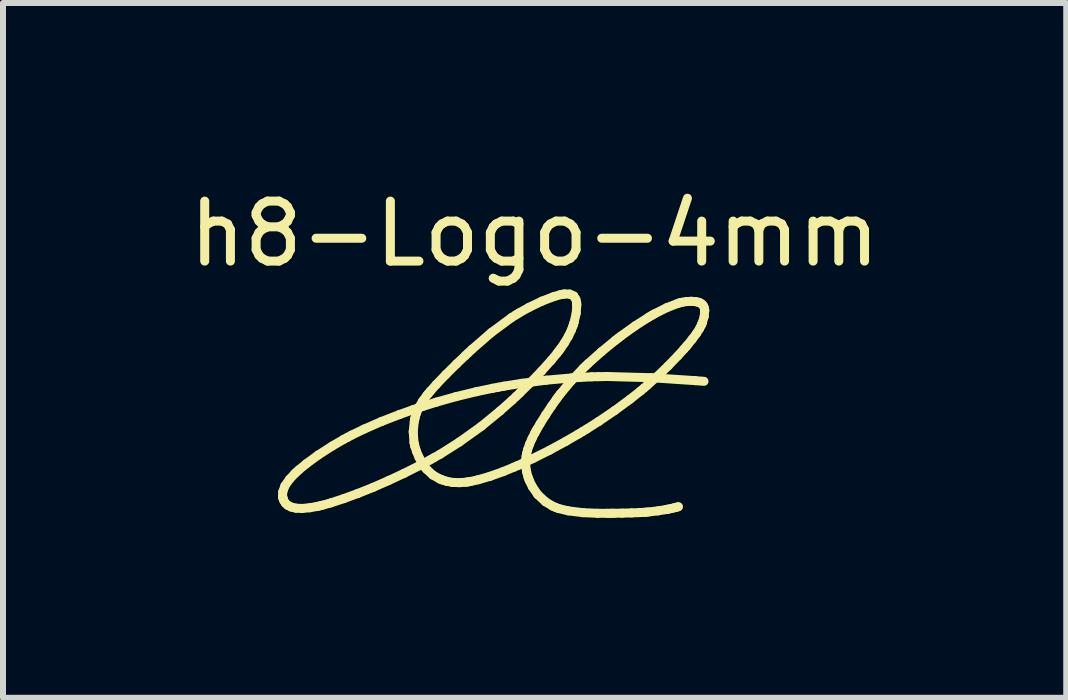
<source format=kicad_pcb>
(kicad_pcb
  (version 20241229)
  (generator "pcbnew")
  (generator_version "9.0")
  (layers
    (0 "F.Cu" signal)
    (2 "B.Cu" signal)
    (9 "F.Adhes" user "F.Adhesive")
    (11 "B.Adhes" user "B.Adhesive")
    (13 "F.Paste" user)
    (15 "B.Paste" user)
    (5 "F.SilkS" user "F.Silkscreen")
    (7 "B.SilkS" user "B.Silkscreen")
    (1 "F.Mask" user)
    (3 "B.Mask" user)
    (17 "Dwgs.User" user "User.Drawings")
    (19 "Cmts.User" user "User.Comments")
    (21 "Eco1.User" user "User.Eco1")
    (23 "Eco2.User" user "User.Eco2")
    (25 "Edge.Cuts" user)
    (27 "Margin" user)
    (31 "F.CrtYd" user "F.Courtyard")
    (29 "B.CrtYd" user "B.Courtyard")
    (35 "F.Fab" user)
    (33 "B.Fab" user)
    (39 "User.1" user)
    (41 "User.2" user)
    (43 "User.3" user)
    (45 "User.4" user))
  (footprint "h8-Logo-4mm"
    (layer "F.Cu")
    (at 5.863 3.848)
    (property "Reference" "h8-Logo-4mm" (at 0 -3 0) (layer "F.SilkS") (effects (font (size 1 1) (thickness 0.15))))
    (attr through_hole)
    (fp_line (start -4.202 1.375) (end -4.197 1.398) (stroke (width 0.15) (type solid)) (layer "F.SilkS"))
    (fp_line (start -4.199 1.303) (end -4.202 1.375) (stroke (width 0.15) (type solid)) (layer "F.SilkS"))
    (fp_line (start -4.197 1.398) (end -4.195 1.41) (stroke (width 0.15) (type solid)) (layer "F.SilkS"))
    (fp_line (start -4.195 1.41) (end -4.183 1.444) (stroke (width 0.15) (type solid)) (layer "F.SilkS"))
    (fp_line (start -4.183 1.444) (end -4.157 1.488) (stroke (width 0.15) (type solid)) (layer "F.SilkS"))
    (fp_line (start -4.163 1.202) (end -4.199 1.303) (stroke (width 0.15) (type solid)) (layer "F.SilkS"))
    (fp_line (start -4.157 1.488) (end -4.117 1.526) (stroke (width 0.15) (type solid)) (layer "F.SilkS"))
    (fp_line (start -4.117 1.526) (end -4.059 1.555) (stroke (width 0.15) (type solid)) (layer "F.SilkS"))
    (fp_line (start -4.087 1.093) (end -4.163 1.202) (stroke (width 0.15) (type solid)) (layer "F.SilkS"))
    (fp_line (start -4.059 1.555) (end -3.98 1.574) (stroke (width 0.15) (type solid)) (layer "F.SilkS"))
    (fp_line (start -4 1) (end -4.087 1.093) (stroke (width 0.15) (type solid)) (layer "F.SilkS"))
    (fp_line (start -3.98 1.574) (end -3.877 1.579) (stroke (width 0.15) (type solid)) (layer "F.SilkS"))
    (fp_line (start -3.969 0.971) (end -4 1) (stroke (width 0.15) (type solid)) (layer "F.SilkS"))
    (fp_line (start -3.93 0.935) (end -3.969 0.971) (stroke (width 0.15) (type solid)) (layer "F.SilkS"))
    (fp_line (start -3.877 1.579) (end -3.748 1.567) (stroke (width 0.15) (type solid)) (layer "F.SilkS"))
    (fp_line (start -3.807 0.834) (end -3.93 0.935) (stroke (width 0.15) (type solid)) (layer "F.SilkS"))
    (fp_line (start -3.748 1.567) (end -3.628 1.546) (stroke (width 0.15) (type solid)) (layer "F.SilkS"))
    (fp_line (start -3.628 1.546) (end -3.589 1.537) (stroke (width 0.15) (type solid)) (layer "F.SilkS"))
    (fp_line (start -3.606 0.687) (end -3.807 0.834) (stroke (width 0.15) (type solid)) (layer "F.SilkS"))
    (fp_line (start -3.589 1.537) (end -3.541 1.526) (stroke (width 0.15) (type solid)) (layer "F.SilkS"))
    (fp_line (start -3.541 1.526) (end -3.398 1.486) (stroke (width 0.15) (type solid)) (layer "F.SilkS"))
    (fp_line (start -3.398 1.486) (end -3.182 1.415) (stroke (width 0.15) (type solid)) (layer "F.SilkS"))
    (fp_line (start -3.374 0.538) (end -3.606 0.687) (stroke (width 0.15) (type solid)) (layer "F.SilkS"))
    (fp_line (start -3.182 0.426) (end -3.374 0.538) (stroke (width 0.15) (type solid)) (layer "F.SilkS"))
    (fp_line (start -3.182 1.415) (end -2.945 1.328) (stroke (width 0.15) (type solid)) (layer "F.SilkS"))
    (fp_line (start -3.117 0.392) (end -3.182 0.426) (stroke (width 0.15) (type solid)) (layer "F.SilkS"))
    (fp_line (start -3.05 0.356) (end -3.117 0.392) (stroke (width 0.15) (type solid)) (layer "F.SilkS"))
    (fp_line (start -2.945 1.328) (end -2.694 1.228) (stroke (width 0.15) (type solid)) (layer "F.SilkS"))
    (fp_line (start -2.843 0.256) (end -3.05 0.356) (stroke (width 0.15) (type solid)) (layer "F.SilkS"))
    (fp_line (start -2.694 1.228) (end -2.437 1.115) (stroke (width 0.15) (type solid)) (layer "F.SilkS"))
    (fp_line (start -2.555 0.13) (end -2.843 0.256) (stroke (width 0.15) (type solid)) (layer "F.SilkS"))
    (fp_line (start -2.437 1.115) (end -2.178 0.994) (stroke (width 0.15) (type solid)) (layer "F.SilkS"))
    (fp_line (start -2.256 0.014) (end -2.555 0.13) (stroke (width 0.15) (type solid)) (layer "F.SilkS"))
    (fp_line (start -2.178 0.994) (end -1.925 0.867) (stroke (width 0.15) (type solid)) (layer "F.SilkS"))
    (fp_line (start -2.026 -0.068) (end -2.256 0.014) (stroke (width 0.15) (type solid)) (layer "F.SilkS"))
    (fp_line (start -2.024 0.3) (end -2.011 0.481) (stroke (width 0.15) (type solid)) (layer "F.SilkS"))
    (fp_line (start -2.011 0.481) (end -2.002 0.517) (stroke (width 0.15) (type solid)) (layer "F.SilkS"))
    (fp_line (start -2.006 0.126) (end -2.024 0.3) (stroke (width 0.15) (type solid)) (layer "F.SilkS"))
    (fp_line (start -2.002 0.517) (end -1.996 0.545) (stroke (width 0.15) (type solid)) (layer "F.SilkS"))
    (fp_line (start -1.999 0.093) (end -2.006 0.126) (stroke (width 0.15) (type solid)) (layer "F.SilkS"))
    (fp_line (start -1.996 0.545) (end -1.97 0.625) (stroke (width 0.15) (type solid)) (layer "F.SilkS"))
    (fp_line (start -1.994 0.069) (end -1.999 0.093) (stroke (width 0.15) (type solid)) (layer "F.SilkS"))
    (fp_line (start -1.973 -0.003) (end -1.994 0.069) (stroke (width 0.15) (type solid)) (layer "F.SilkS"))
    (fp_line (start -1.97 0.625) (end -1.927 0.727) (stroke (width 0.15) (type solid)) (layer "F.SilkS"))
    (fp_line (start -1.949 -0.094) (end -2.026 -0.068) (stroke (width 0.15) (type solid)) (layer "F.SilkS"))
    (fp_line (start -1.931 -0.102) (end -1.973 -0.003) (stroke (width 0.15) (type solid)) (layer "F.SilkS"))
    (fp_line (start -1.927 0.727) (end -1.875 0.821) (stroke (width 0.15) (type solid)) (layer "F.SilkS"))
    (fp_line (start -1.925 0.867) (end -1.744 0.77) (stroke (width 0.15) (type solid)) (layer "F.SilkS"))
    (fp_line (start -1.875 0.821) (end -1.834 0.883) (stroke (width 0.15) (type solid)) (layer "F.SilkS"))
    (fp_line (start -1.871 -0.12) (end -1.949 -0.094) (stroke (width 0.15) (type solid)) (layer "F.SilkS"))
    (fp_line (start -1.867 -0.211) (end -1.931 -0.102) (stroke (width 0.15) (type solid)) (layer "F.SilkS"))
    (fp_line (start -1.834 0.883) (end -1.819 0.902) (stroke (width 0.15) (type solid)) (layer "F.SilkS"))
    (fp_line (start -1.819 0.902) (end -1.799 0.927) (stroke (width 0.15) (type solid)) (layer "F.SilkS"))
    (fp_line (start -1.799 0.927) (end -1.698 1.021) (stroke (width 0.15) (type solid)) (layer "F.SilkS"))
    (fp_line (start -1.796 -0.307) (end -1.867 -0.211) (stroke (width 0.15) (type solid)) (layer "F.SilkS"))
    (fp_line (start -1.771 -0.337) (end -1.796 -0.307) (stroke (width 0.15) (type solid)) (layer "F.SilkS"))
    (fp_line (start -1.744 0.77) (end -1.684 0.736) (stroke (width 0.15) (type solid)) (layer "F.SilkS"))
    (fp_line (start -1.739 -0.376) (end -1.771 -0.337) (stroke (width 0.15) (type solid)) (layer "F.SilkS"))
    (fp_line (start -1.698 1.021) (end -1.583 1.086) (stroke (width 0.15) (type solid)) (layer "F.SilkS"))
    (fp_line (start -1.684 0.736) (end -1.574 0.674) (stroke (width 0.15) (type solid)) (layer "F.SilkS"))
    (fp_line (start -1.639 -0.488) (end -1.739 -0.376) (stroke (width 0.15) (type solid)) (layer "F.SilkS"))
    (fp_line (start -1.636 -0.194) (end -1.871 -0.12) (stroke (width 0.15) (type solid)) (layer "F.SilkS"))
    (fp_line (start -1.583 1.086) (end -1.556 1.097) (stroke (width 0.15) (type solid)) (layer "F.SilkS"))
    (fp_line (start -1.574 0.674) (end -1.254 0.471) (stroke (width 0.15) (type solid)) (layer "F.SilkS"))
    (fp_line (start -1.556 1.097) (end -1.535 1.105) (stroke (width 0.15) (type solid)) (layer "F.SilkS"))
    (fp_line (start -1.535 1.105) (end -1.471 1.125) (stroke (width 0.15) (type solid)) (layer "F.SilkS"))
    (fp_line (start -1.478 -0.656) (end -1.639 -0.488) (stroke (width 0.15) (type solid)) (layer "F.SilkS"))
    (fp_line (start -1.471 1.125) (end -1.371 1.144) (stroke (width 0.15) (type solid)) (layer "F.SilkS"))
    (fp_line (start -1.371 1.144) (end -1.252 1.149) (stroke (width 0.15) (type solid)) (layer "F.SilkS"))
    (fp_line (start -1.312 -0.285) (end -1.636 -0.194) (stroke (width 0.15) (type solid)) (layer "F.SilkS"))
    (fp_line (start -1.298 -0.834) (end -1.478 -0.656) (stroke (width 0.15) (type solid)) (layer "F.SilkS"))
    (fp_line (start -1.254 0.471) (end -0.887 0.208) (stroke (width 0.15) (type solid)) (layer "F.SilkS"))
    (fp_line (start -1.252 1.149) (end -1.145 1.141) (stroke (width 0.15) (type solid)) (layer "F.SilkS"))
    (fp_line (start -1.156 -0.969) (end -1.298 -0.834) (stroke (width 0.15) (type solid)) (layer "F.SilkS"))
    (fp_line (start -1.145 1.141) (end -1.109 1.136) (stroke (width 0.15) (type solid)) (layer "F.SilkS"))
    (fp_line (start -1.109 1.136) (end -1.067 1.129) (stroke (width 0.15) (type solid)) (layer "F.SilkS"))
    (fp_line (start -1.109 -1.013) (end -1.156 -0.969) (stroke (width 0.15) (type solid)) (layer "F.SilkS"))
    (fp_line (start -1.067 1.129) (end -0.939 1.1) (stroke (width 0.15) (type solid)) (layer "F.SilkS"))
    (fp_line (start -1.045 -1.073) (end -1.109 -1.013) (stroke (width 0.15) (type solid)) (layer "F.SilkS"))
    (fp_line (start -0.971 -0.368) (end -1.312 -0.285) (stroke (width 0.15) (type solid)) (layer "F.SilkS"))
    (fp_line (start -0.939 1.1) (end -0.743 1.043) (stroke (width 0.15) (type solid)) (layer "F.SilkS"))
    (fp_line (start -0.887 0.208) (end -0.575 -0.048) (stroke (width 0.15) (type solid)) (layer "F.SilkS"))
    (fp_line (start -0.743 1.043) (end -0.523 0.964) (stroke (width 0.15) (type solid)) (layer "F.SilkS"))
    (fp_line (start -0.723 -1.353) (end -1.045 -1.073) (stroke (width 0.15) (type solid)) (layer "F.SilkS"))
    (fp_line (start -0.698 -0.425) (end -0.971 -0.368) (stroke (width 0.15) (type solid)) (layer "F.SilkS"))
    (fp_line (start -0.607 -0.442) (end -0.698 -0.425) (stroke (width 0.15) (type solid)) (layer "F.SilkS"))
    (fp_line (start -0.575 -0.048) (end -0.373 -0.227) (stroke (width 0.15) (type solid)) (layer "F.SilkS"))
    (fp_line (start -0.523 0.964) (end -0.343 0.89) (stroke (width 0.15) (type solid)) (layer "F.SilkS"))
    (fp_line (start -0.51 -0.46) (end -0.607 -0.442) (stroke (width 0.15) (type solid)) (layer "F.SilkS"))
    (fp_line (start -0.385 -1.603) (end -0.723 -1.353) (stroke (width 0.15) (type solid)) (layer "F.SilkS"))
    (fp_line (start -0.373 -0.227) (end -0.308 -0.289) (stroke (width 0.15) (type solid)) (layer "F.SilkS"))
    (fp_line (start -0.343 0.89) (end -0.283 0.864) (stroke (width 0.15) (type solid)) (layer "F.SilkS"))
    (fp_line (start -0.313 -1.648) (end -0.385 -1.603) (stroke (width 0.15) (type solid)) (layer "F.SilkS"))
    (fp_line (start -0.308 -0.289) (end -0.25 -0.343) (stroke (width 0.15) (type solid)) (layer "F.SilkS"))
    (fp_line (start -0.283 0.864) (end -0.218 0.836) (stroke (width 0.15) (type solid)) (layer "F.SilkS"))
    (fp_line (start -0.259 -1.681) (end -0.313 -1.648) (stroke (width 0.15) (type solid)) (layer "F.SilkS"))
    (fp_line (start -0.25 -0.343) (end -0.079 -0.51) (stroke (width 0.15) (type solid)) (layer "F.SilkS"))
    (fp_line (start -0.218 0.836) (end -0.025 0.745) (stroke (width 0.15) (type solid)) (layer "F.SilkS"))
    (fp_line (start -0.216 -0.507) (end -0.51 -0.46) (stroke (width 0.15) (type solid)) (layer "F.SilkS"))
    (fp_line (start -0.149 0.868) (end -0.133 0.971) (stroke (width 0.15) (type solid)) (layer "F.SilkS"))
    (fp_line (start -0.149 0.773) (end -0.149 0.868) (stroke (width 0.15) (type solid)) (layer "F.SilkS"))
    (fp_line (start -0.141 0.707) (end -0.149 0.773) (stroke (width 0.15) (type solid)) (layer "F.SilkS"))
    (fp_line (start -0.137 0.685) (end -0.141 0.707) (stroke (width 0.15) (type solid)) (layer "F.SilkS"))
    (fp_line (start -0.133 0.971) (end -0.109 1.059) (stroke (width 0.15) (type solid)) (layer "F.SilkS"))
    (fp_line (start -0.133 0.664) (end -0.137 0.685) (stroke (width 0.15) (type solid)) (layer "F.SilkS"))
    (fp_line (start -0.117 0.6) (end -0.133 0.664) (stroke (width 0.15) (type solid)) (layer "F.SilkS"))
    (fp_line (start -0.109 1.059) (end -0.098 1.087) (stroke (width 0.15) (type solid)) (layer "F.SilkS"))
    (fp_line (start -0.098 1.087) (end -0.085 1.12) (stroke (width 0.15) (type solid)) (layer "F.SilkS"))
    (fp_line (start -0.094 -1.773) (end -0.259 -1.681) (stroke (width 0.15) (type solid)) (layer "F.SilkS"))
    (fp_line (start -0.086 0.511) (end -0.117 0.6) (stroke (width 0.15) (type solid)) (layer "F.SilkS"))
    (fp_line (start -0.085 1.12) (end -0.038 1.216) (stroke (width 0.15) (type solid)) (layer "F.SilkS"))
    (fp_line (start -0.079 -0.51) (end 0.115 -0.711) (stroke (width 0.15) (type solid)) (layer "F.SilkS"))
    (fp_line (start -0.043 0.413) (end -0.086 0.511) (stroke (width 0.15) (type solid)) (layer "F.SilkS"))
    (fp_line (start -0.038 1.216) (end 0.052 1.347) (stroke (width 0.15) (type solid)) (layer "F.SilkS"))
    (fp_line (start -0.025 0.745) (end 0.245 0.61) (stroke (width 0.15) (type solid)) (layer "F.SilkS"))
    (fp_line (start 0.000375 0.327) (end -0.043 0.413) (stroke (width 0.15) (type solid)) (layer "F.SilkS"))
    (fp_line (start 0.016 0.299) (end 0.000375 0.327) (stroke (width 0.15) (type solid)) (layer "F.SilkS"))
    (fp_line (start 0.034 0.266) (end 0.016 0.299) (stroke (width 0.15) (type solid)) (layer "F.SilkS"))
    (fp_line (start 0.052 1.347) (end 0.179 1.466) (stroke (width 0.15) (type solid)) (layer "F.SilkS"))
    (fp_line (start 0.092 0.167) (end 0.034 0.266) (stroke (width 0.15) (type solid)) (layer "F.SilkS"))
    (fp_line (start 0.115 -0.711) (end 0.275 -0.889) (stroke (width 0.15) (type solid)) (layer "F.SilkS"))
    (fp_line (start 0.121 -1.877) (end -0.094 -1.773) (stroke (width 0.15) (type solid)) (layer "F.SilkS"))
    (fp_line (start 0.179 1.466) (end 0.304 1.542) (stroke (width 0.15) (type solid)) (layer "F.SilkS"))
    (fp_line (start 0.183 0.021) (end 0.092 0.167) (stroke (width 0.15) (type solid)) (layer "F.SilkS"))
    (fp_line (start 0.197 -0.56) (end -0.216 -0.507) (stroke (width 0.15) (type solid)) (layer "F.SilkS"))
    (fp_line (start 0.245 0.61) (end 0.522 0.459) (stroke (width 0.15) (type solid)) (layer "F.SilkS"))
    (fp_line (start 0.275 -0.889) (end 0.371 -1.005) (stroke (width 0.15) (type solid)) (layer "F.SilkS"))
    (fp_line (start 0.284 -0.13) (end 0.183 0.021) (stroke (width 0.15) (type solid)) (layer "F.SilkS"))
    (fp_line (start 0.304 1.542) (end 0.348 1.56) (stroke (width 0.15) (type solid)) (layer "F.SilkS"))
    (fp_line (start 0.316 -1.952) (end 0.121 -1.877) (stroke (width 0.15) (type solid)) (layer "F.SilkS"))
    (fp_line (start 0.348 1.56) (end 0.399 1.58) (stroke (width 0.15) (type solid)) (layer "F.SilkS"))
    (fp_line (start 0.363 -0.242) (end 0.284 -0.13) (stroke (width 0.15) (type solid)) (layer "F.SilkS"))
    (fp_line (start 0.371 -1.005) (end 0.401 -1.045) (stroke (width 0.15) (type solid)) (layer "F.SilkS"))
    (fp_line (start 0.39 -0.279) (end 0.363 -0.242) (stroke (width 0.15) (type solid)) (layer "F.SilkS"))
    (fp_line (start 0.399 1.58) (end 0.562 1.619) (stroke (width 0.15) (type solid)) (layer "F.SilkS"))
    (fp_line (start 0.401 -1.045) (end 0.426 -1.077) (stroke (width 0.15) (type solid)) (layer "F.SilkS"))
    (fp_line (start 0.426 -0.327) (end 0.39 -0.279) (stroke (width 0.15) (type solid)) (layer "F.SilkS"))
    (fp_line (start 0.426 -1.077) (end 0.496 -1.178) (stroke (width 0.15) (type solid)) (layer "F.SilkS"))
    (fp_line (start 0.434 -1.986) (end 0.316 -1.952) (stroke (width 0.15) (type solid)) (layer "F.SilkS"))
    (fp_line (start 0.474 -1.993) (end 0.434 -1.986) (stroke (width 0.15) (type solid)) (layer "F.SilkS"))
    (fp_line (start 0.496 -1.178) (end 0.564 -1.293) (stroke (width 0.15) (type solid)) (layer "F.SilkS"))
    (fp_line (start 0.501 -1.997) (end 0.474 -1.993) (stroke (width 0.15) (type solid)) (layer "F.SilkS"))
    (fp_line (start 0.522 0.459) (end 0.731 0.338) (stroke (width 0.15) (type solid)) (layer "F.SilkS"))
    (fp_line (start 0.562 1.619) (end 0.803 1.649) (stroke (width 0.15) (type solid)) (layer "F.SilkS"))
    (fp_line (start 0.564 -1.293) (end 0.613 -1.396) (stroke (width 0.15) (type solid)) (layer "F.SilkS"))
    (fp_line (start 0.584 -1.995) (end 0.501 -1.997) (stroke (width 0.15) (type solid)) (layer "F.SilkS"))
    (fp_line (start 0.611 -0.549) (end 0.426 -0.327) (stroke (width 0.15) (type solid)) (layer "F.SilkS"))
    (fp_line (start 0.613 -1.396) (end 0.64 -1.467) (stroke (width 0.15) (type solid)) (layer "F.SilkS"))
    (fp_line (start 0.625 -0.598) (end 0.197 -0.56) (stroke (width 0.15) (type solid)) (layer "F.SilkS"))
    (fp_line (start 0.64 -1.467) (end 0.648 -1.491) (stroke (width 0.15) (type solid)) (layer "F.SilkS"))
    (fp_line (start 0.648 -1.491) (end 0.658 -1.523) (stroke (width 0.15) (type solid)) (layer "F.SilkS"))
    (fp_line (start 0.652 -1.964) (end 0.584 -1.995) (stroke (width 0.15) (type solid)) (layer "F.SilkS"))
    (fp_line (start 0.658 -1.523) (end 0.693 -1.674) (stroke (width 0.15) (type solid)) (layer "F.SilkS"))
    (fp_line (start 0.687 -1.909) (end 0.652 -1.964) (stroke (width 0.15) (type solid)) (layer "F.SilkS"))
    (fp_line (start 0.693 -1.674) (end 0.703 -1.813) (stroke (width 0.15) (type solid)) (layer "F.SilkS"))
    (fp_line (start 0.7 -1.856) (end 0.687 -1.909) (stroke (width 0.15) (type solid)) (layer "F.SilkS"))
    (fp_line (start 0.701 -1.838) (end 0.7 -1.856) (stroke (width 0.15) (type solid)) (layer "F.SilkS"))
    (fp_line (start 0.703 -1.813) (end 0.701 -1.838) (stroke (width 0.15) (type solid)) (layer "F.SilkS"))
    (fp_line (start 0.731 0.338) (end 0.799 0.297) (stroke (width 0.15) (type solid)) (layer "F.SilkS"))
    (fp_line (start 0.799 0.297) (end 0.868 0.255) (stroke (width 0.15) (type solid)) (layer "F.SilkS"))
    (fp_line (start 0.803 1.649) (end 1.047 1.659) (stroke (width 0.15) (type solid)) (layer "F.SilkS"))
    (fp_line (start 0.808 -0.756) (end 0.611 -0.549) (stroke (width 0.15) (type solid)) (layer "F.SilkS"))
    (fp_line (start 0.85 -0.796) (end 0.808 -0.756) (stroke (width 0.15) (type solid)) (layer "F.SilkS"))
    (fp_line (start 0.868 0.255) (end 1.073 0.125) (stroke (width 0.15) (type solid)) (layer "F.SilkS"))
    (fp_line (start 0.892 -0.836) (end 0.85 -0.796) (stroke (width 0.15) (type solid)) (layer "F.SilkS"))
    (fp_line (start 0.952 -0.616) (end 0.625 -0.598) (stroke (width 0.15) (type solid)) (layer "F.SilkS"))
    (fp_line (start 1.047 1.659) (end 1.216 1.66) (stroke (width 0.15) (type solid)) (layer "F.SilkS"))
    (fp_line (start 1.061 -0.618) (end 0.952 -0.616) (stroke (width 0.15) (type solid)) (layer "F.SilkS"))
    (fp_line (start 1.073 0.125) (end 1.337 -0.055) (stroke (width 0.15) (type solid)) (layer "F.SilkS"))
    (fp_line (start 1.115 -1.035) (end 0.892 -0.836) (stroke (width 0.15) (type solid)) (layer "F.SilkS"))
    (fp_line (start 1.207 -0.621) (end 1.061 -0.618) (stroke (width 0.15) (type solid)) (layer "F.SilkS"))
    (fp_line (start 1.216 1.66) (end 1.272 1.659) (stroke (width 0.15) (type solid)) (layer "F.SilkS"))
    (fp_line (start 1.272 1.659) (end 1.319 1.659) (stroke (width 0.15) (type solid)) (layer "F.SilkS"))
    (fp_line (start 1.319 1.659) (end 1.46 1.657) (stroke (width 0.15) (type solid)) (layer "F.SilkS"))
    (fp_line (start 1.337 -0.055) (end 1.589 -0.24) (stroke (width 0.15) (type solid)) (layer "F.SilkS"))
    (fp_line (start 1.347 -1.225) (end 1.115 -1.035) (stroke (width 0.15) (type solid)) (layer "F.SilkS"))
    (fp_line (start 1.394 -1.261) (end 1.347 -1.225) (stroke (width 0.15) (type solid)) (layer "F.SilkS"))
    (fp_line (start 1.441 -1.297) (end 1.394 -1.261) (stroke (width 0.15) (type solid)) (layer "F.SilkS"))
    (fp_line (start 1.46 1.657) (end 1.616 1.653) (stroke (width 0.15) (type solid)) (layer "F.SilkS"))
    (fp_line (start 1.589 -0.24) (end 1.766 -0.38) (stroke (width 0.15) (type solid)) (layer "F.SilkS"))
    (fp_line (start 1.616 1.653) (end 1.746 1.648) (stroke (width 0.15) (type solid)) (layer "F.SilkS"))
    (fp_line (start 1.674 -1.464) (end 1.441 -1.297) (stroke (width 0.15) (type solid)) (layer "F.SilkS"))
    (fp_line (start 1.746 1.648) (end 1.83 1.643) (stroke (width 0.15) (type solid)) (layer "F.SilkS"))
    (fp_line (start 1.766 -0.38) (end 1.824 -0.429) (stroke (width 0.15) (type solid)) (layer "F.SilkS"))
    (fp_line (start 1.824 -0.429) (end 1.878 -0.475) (stroke (width 0.15) (type solid)) (layer "F.SilkS"))
    (fp_line (start 1.83 1.643) (end 1.858 1.641) (stroke (width 0.15) (type solid)) (layer "F.SilkS"))
    (fp_line (start 1.858 1.641) (end 1.894 1.638) (stroke (width 0.15) (type solid)) (layer "F.SilkS"))
    (fp_line (start 1.878 -0.475) (end 2.038 -0.617) (stroke (width 0.15) (type solid)) (layer "F.SilkS"))
    (fp_line (start 1.894 1.638) (end 2.055 1.619) (stroke (width 0.15) (type solid)) (layer "F.SilkS"))
    (fp_line (start 1.902 -1.61) (end 1.674 -1.464) (stroke (width 0.15) (type solid)) (layer "F.SilkS"))
    (fp_line (start 1.941 -0.601) (end 1.207 -0.621) (stroke (width 0.15) (type solid)) (layer "F.SilkS"))
    (fp_line (start 1.946 -1.636) (end 1.902 -1.61) (stroke (width 0.15) (type solid)) (layer "F.SilkS"))
    (fp_line (start 1.991 -1.662) (end 1.946 -1.636) (stroke (width 0.15) (type solid)) (layer "F.SilkS"))
    (fp_line (start 2.038 -0.617) (end 2.227 -0.799) (stroke (width 0.15) (type solid)) (layer "F.SilkS"))
    (fp_line (start 2.055 1.619) (end 2.189 1.598) (stroke (width 0.15) (type solid)) (layer "F.SilkS"))
    (fp_line (start 2.189 1.598) (end 2.211 1.593) (stroke (width 0.15) (type solid)) (layer "F.SilkS"))
    (fp_line (start 2.204 -1.769) (end 1.991 -1.662) (stroke (width 0.15) (type solid)) (layer "F.SilkS"))
    (fp_line (start 2.211 1.593) (end 2.225 1.591) (stroke (width 0.15) (type solid)) (layer "F.SilkS"))
    (fp_line (start 2.225 1.591) (end 2.269 1.582) (stroke (width 0.15) (type solid)) (layer "F.SilkS"))
    (fp_line (start 2.227 -0.799) (end 2.39 -0.968) (stroke (width 0.15) (type solid)) (layer "F.SilkS"))
    (fp_line (start 2.269 1.582) (end 2.318 1.57) (stroke (width 0.15) (type solid)) (layer "F.SilkS"))
    (fp_line (start 2.318 1.57) (end 2.36 1.56) (stroke (width 0.15) (type solid)) (layer "F.SilkS"))
    (fp_line (start 2.36 1.56) (end 2.389 1.552) (stroke (width 0.15) (type solid)) (layer "F.SilkS"))
    (fp_line (start 2.389 1.552) (end 2.398 1.55) (stroke (width 0.15) (type solid)) (layer "F.SilkS"))
    (fp_line (start 2.39 -0.968) (end 2.491 -1.079) (stroke (width 0.15) (type solid)) (layer "F.SilkS"))
    (fp_line (start 2.397 -1.843) (end 2.204 -1.769) (stroke (width 0.15) (type solid)) (layer "F.SilkS"))
    (fp_line (start 2.431 -1.852) (end 2.397 -1.843) (stroke (width 0.15) (type solid)) (layer "F.SilkS"))
    (fp_line (start 2.455 -1.858) (end 2.431 -1.852) (stroke (width 0.15) (type solid)) (layer "F.SilkS"))
    (fp_line (start 2.491 -1.079) (end 2.524 -1.117) (stroke (width 0.15) (type solid)) (layer "F.SilkS"))
    (fp_line (start 2.524 -1.117) (end 2.55 -1.147) (stroke (width 0.15) (type solid)) (layer "F.SilkS"))
    (fp_line (start 2.529 -1.87) (end 2.455 -1.858) (stroke (width 0.15) (type solid)) (layer "F.SilkS"))
    (fp_line (start 2.55 -1.147) (end 2.625 -1.24) (stroke (width 0.15) (type solid)) (layer "F.SilkS"))
    (fp_line (start 2.614 -1.875) (end 2.529 -1.87) (stroke (width 0.15) (type solid)) (layer "F.SilkS"))
    (fp_line (start 2.625 -1.24) (end 2.699 -1.339) (stroke (width 0.15) (type solid)) (layer "F.SilkS"))
    (fp_line (start 2.677 -0.552) (end 1.941 -0.601) (stroke (width 0.15) (type solid)) (layer "F.SilkS"))
    (fp_line (start 2.685 -1.869) (end 2.614 -1.875) (stroke (width 0.15) (type solid)) (layer "F.SilkS"))
    (fp_line (start 2.699 -1.339) (end 2.751 -1.421) (stroke (width 0.15) (type solid)) (layer "F.SilkS"))
    (fp_line (start 2.728 -1.86) (end 2.685 -1.869) (stroke (width 0.15) (type solid)) (layer "F.SilkS"))
    (fp_line (start 2.742 -1.855) (end 2.728 -1.86) (stroke (width 0.15) (type solid)) (layer "F.SilkS"))
    (fp_line (start 2.751 -1.421) (end 2.778 -1.475) (stroke (width 0.15) (type solid)) (layer "F.SilkS"))
    (fp_line (start 2.752 -1.851) (end 2.742 -1.855) (stroke (width 0.15) (type solid)) (layer "F.SilkS"))
    (fp_line (start 2.778 -1.475) (end 2.786 -1.493) (stroke (width 0.15) (type solid)) (layer "F.SilkS"))
    (fp_line (start 2.783 -1.833) (end 2.752 -1.851) (stroke (width 0.15) (type solid)) (layer "F.SilkS"))
    (fp_line (start 2.786 -1.493) (end 2.796 -1.516) (stroke (width 0.15) (type solid)) (layer "F.SilkS"))
    (fp_line (start 2.796 -1.516) (end 2.827 -1.622) (stroke (width 0.15) (type solid)) (layer "F.SilkS"))
    (fp_line (start 2.811 -1.805) (end 2.783 -1.833) (stroke (width 0.15) (type solid)) (layer "F.SilkS"))
    (fp_line (start 2.824 -0.541) (end 2.677 -0.552) (stroke (width 0.15) (type solid)) (layer "F.SilkS"))
    (fp_line (start 2.827 -1.622) (end 2.836 -1.713) (stroke (width 0.15) (type solid)) (layer "F.SilkS"))
    (fp_line (start 2.827 -1.77) (end 2.811 -1.805) (stroke (width 0.15) (type solid)) (layer "F.SilkS"))
    (fp_line (start 2.834 -1.739) (end 2.827 -1.77) (stroke (width 0.15) (type solid)) (layer "F.SilkS"))
    (fp_line (start 2.835 -1.728) (end 2.834 -1.739) (stroke (width 0.15) (type solid)) (layer "F.SilkS"))
    (fp_line (start 2.836 -1.713) (end 2.835 -1.728) (stroke (width 0.15) (type solid)) (layer "F.SilkS")))
  (gr_rect
    (start -3 -3)
    (end 14.726 8.583)
    (stroke (width 0.1) (type default))
    (fill no)
    (layer "Edge.Cuts")))
</source>
